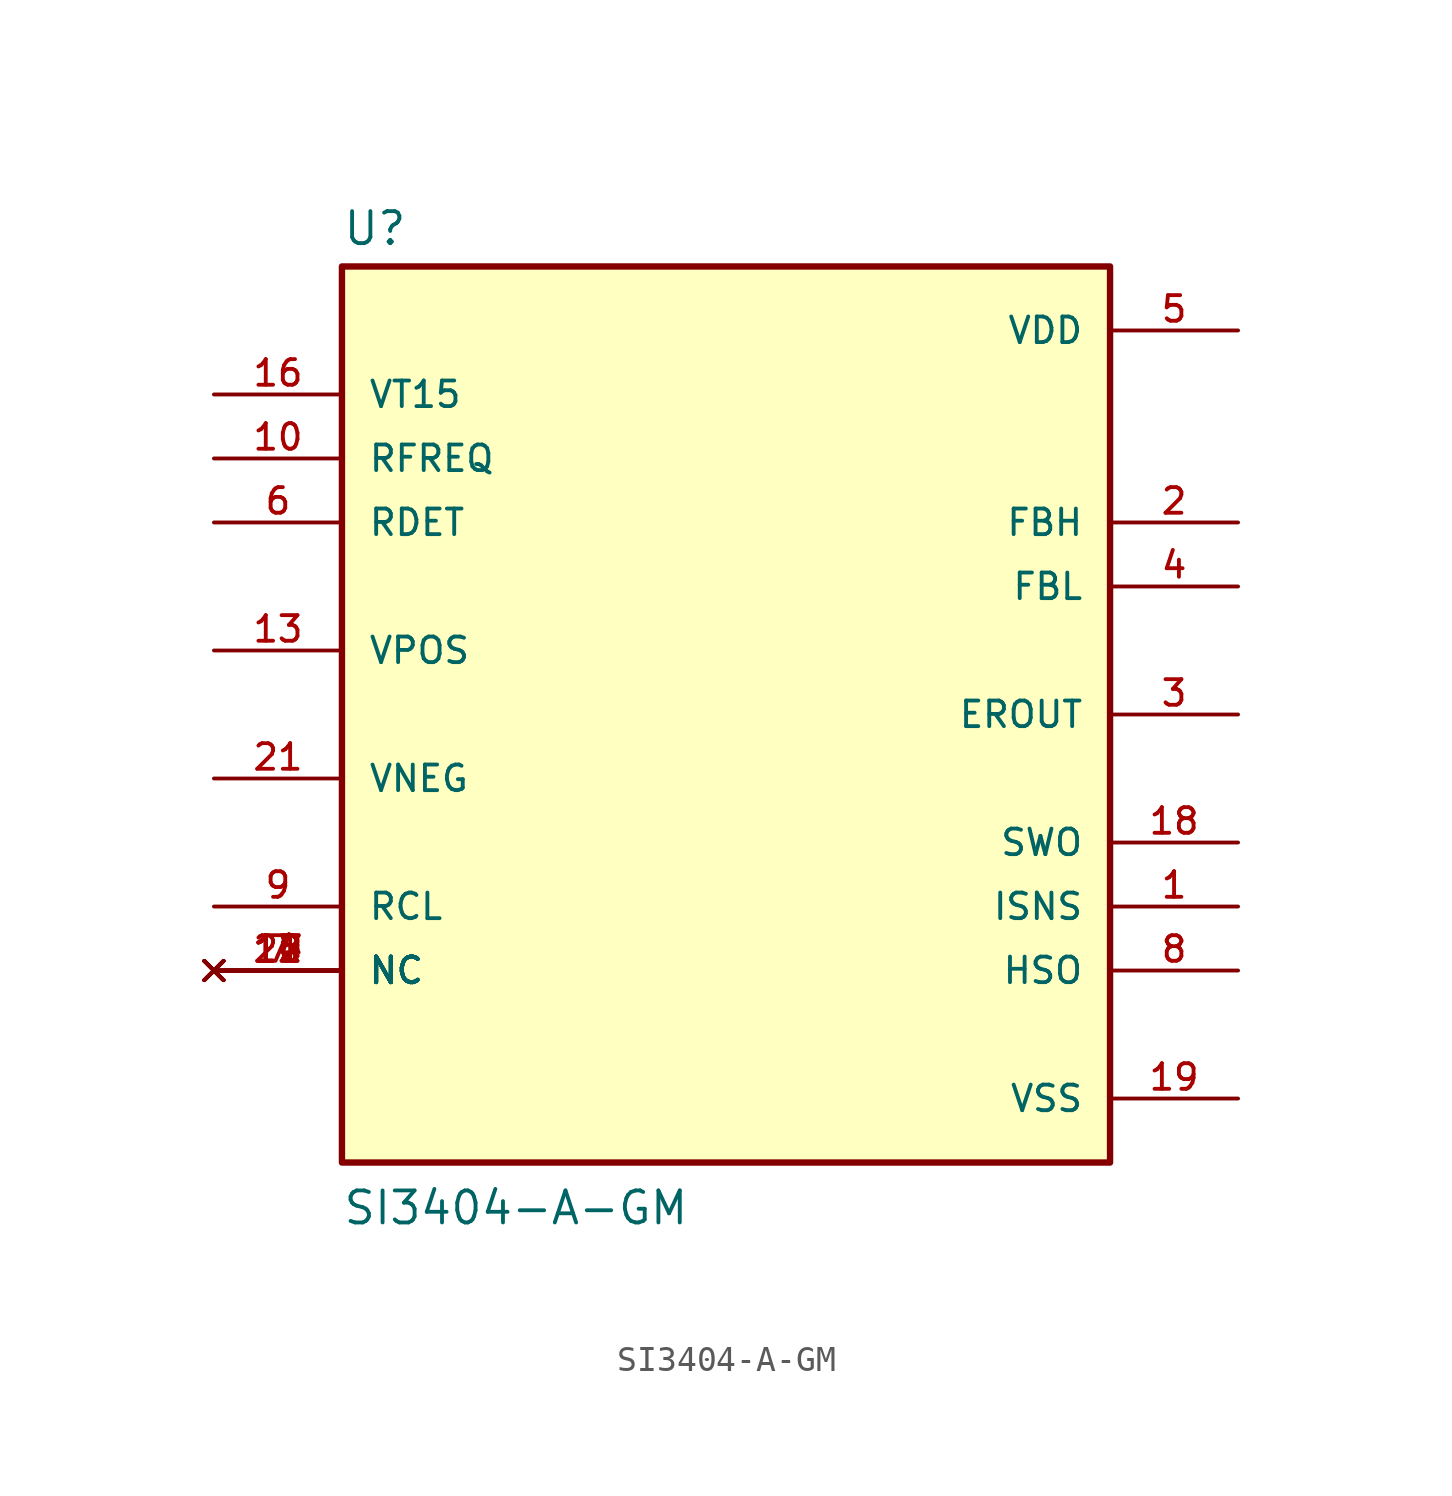
<source format=kicad_sym>
(kicad_symbol_lib
  (version 20211014)
  (generator kicad_symbol_editor)
  (symbol "SI3404-A-GM"
    (pin_names
      (offset 1.016))
    (property "Reference" "U"
      (at -15.24 18.542 0)
      (effects (font (size 1.27 1.27)) (justify left bottom)))
    (property "Value" "SI3404-A-GM"
      (at -15.24 -20.32 0)
      (effects (font (size 1.27 1.27)) (justify left bottom)))
    (property "ki_locked" ""
      (at 0 0 0)
      (effects (font (size 1.27 1.27))))
    (symbol "SI3404-A-GM_0_0"
      (rectangle (start -15.24 -17.78) (end 15.24 17.78) (stroke (width 0.254) (type default) (color 0 0 0 0)) (fill (type background)))
      (pin input line (at 20.32 -7.62 180) (length 5.08) (name "ISNS" (effects (font (size 1.016 1.016)))) (number "1" (effects (font (size 1.016 1.016)))))
      (pin bidirectional line (at -20.32 10.16 0) (length 5.08) (name "RFREQ" (effects (font (size 1.016 1.016)))) (number "10" (effects (font (size 1.016 1.016)))))
      (pin no_connect line (at -20.32 -10.16 0) (length 5.08) (name "NC" (effects (font (size 1.016 1.016)))) (number "11" (effects (font (size 1.016 1.016)))))
      (pin no_connect line (at -20.32 -10.16 0) (length 5.08) (name "NC" (effects (font (size 1.016 1.016)))) (number "12" (effects (font (size 1.016 1.016)))))
      (pin bidirectional line (at -20.32 2.54 0) (length 5.08) (name "VPOS" (effects (font (size 1.016 1.016)))) (number "13" (effects (font (size 1.016 1.016)))))
      (pin no_connect line (at -20.32 -10.16 0) (length 5.08) (name "NC" (effects (font (size 1.016 1.016)))) (number "14" (effects (font (size 1.016 1.016)))))
      (pin no_connect line (at -20.32 -10.16 0) (length 5.08) (name "NC" (effects (font (size 1.016 1.016)))) (number "15" (effects (font (size 1.016 1.016)))))
      (pin input line (at -20.32 12.7 0) (length 5.08) (name "VT15" (effects (font (size 1.016 1.016)))) (number "16" (effects (font (size 1.016 1.016)))))
      (pin no_connect line (at -20.32 -10.16 0) (length 5.08) (name "NC" (effects (font (size 1.016 1.016)))) (number "17" (effects (font (size 1.016 1.016)))))
      (pin output line (at 20.32 -5.08 180) (length 5.08) (name "SWO" (effects (font (size 1.016 1.016)))) (number "18" (effects (font (size 1.016 1.016)))))
      (pin power_in line (at 20.32 -15.24 180) (length 5.08) (name "VSS" (effects (font (size 1.016 1.016)))) (number "19" (effects (font (size 1.016 1.016)))))
      (pin input line (at 20.32 7.62 180) (length 5.08) (name "FBH" (effects (font (size 1.016 1.016)))) (number "2" (effects (font (size 1.016 1.016)))))
      (pin no_connect line (at -20.32 -10.16 0) (length 5.08) (name "NC" (effects (font (size 1.016 1.016)))) (number "20" (effects (font (size 1.016 1.016)))))
      (pin bidirectional line (at -20.32 -2.54 0) (length 5.08) (name "VNEG" (effects (font (size 1.016 1.016)))) (number "21" (effects (font (size 1.016 1.016)))))
      (pin bidirectional line (at 20.32 0 180) (length 5.08) (name "EROUT" (effects (font (size 1.016 1.016)))) (number "3" (effects (font (size 1.016 1.016)))))
      (pin input line (at 20.32 5.08 180) (length 5.08) (name "FBL" (effects (font (size 1.016 1.016)))) (number "4" (effects (font (size 1.016 1.016)))))
      (pin power_in line (at 20.32 15.24 180) (length 5.08) (name "VDD" (effects (font (size 1.016 1.016)))) (number "5" (effects (font (size 1.016 1.016)))))
      (pin bidirectional line (at -20.32 7.62 0) (length 5.08) (name "RDET" (effects (font (size 1.016 1.016)))) (number "6" (effects (font (size 1.016 1.016)))))
      (pin no_connect line (at -20.32 -10.16 0) (length 5.08) (name "NC" (effects (font (size 1.016 1.016)))) (number "7" (effects (font (size 1.016 1.016)))))
      (pin bidirectional line (at 20.32 -10.16 180) (length 5.08) (name "HSO" (effects (font (size 1.016 1.016)))) (number "8" (effects (font (size 1.016 1.016)))))
      (pin bidirectional line (at -20.32 -7.62 0) (length 5.08) (name "RCL" (effects (font (size 1.016 1.016)))) (number "9" (effects (font (size 1.016 1.016))))))))
</source>
